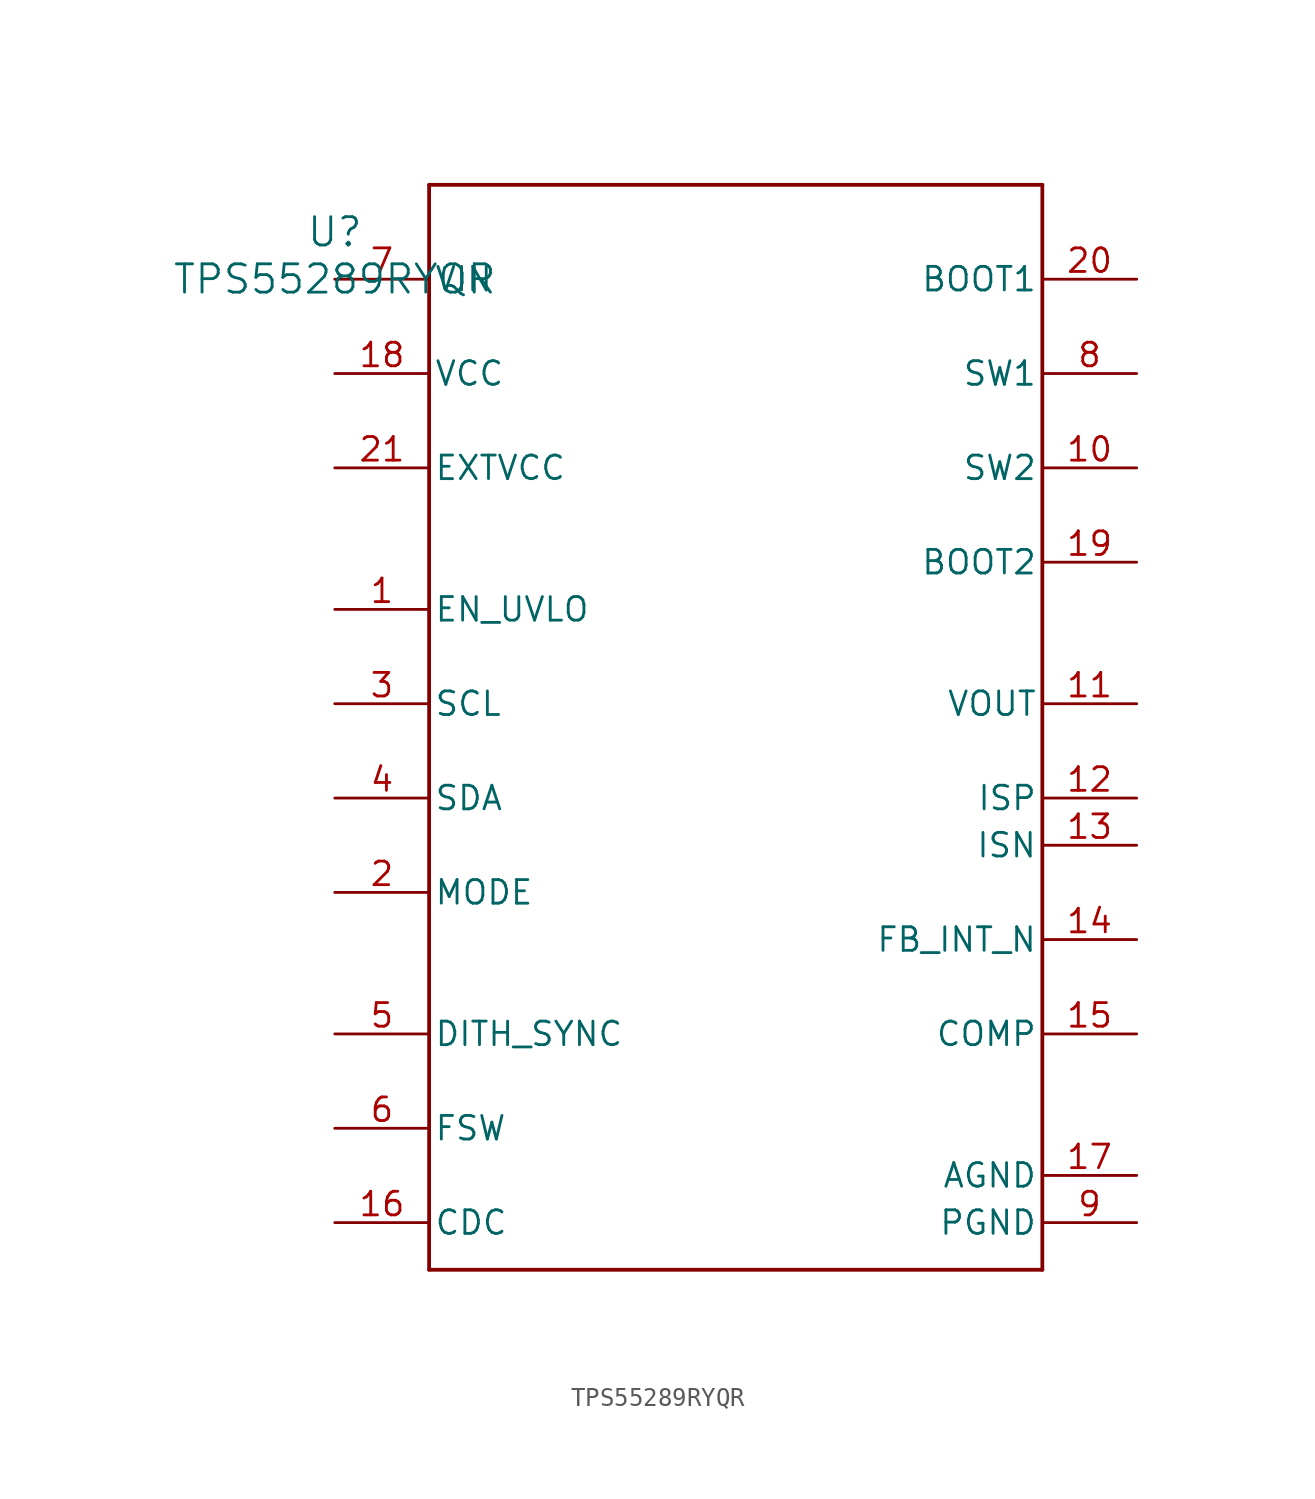
<source format=kicad_sym>
(kicad_symbol_lib
  (version 20211014)
  (generator kicad_symbol_editor)
  (symbol "TPS55289RYQR"
    (pin_names
      (offset 0.254))
    (property "Reference" "U"
      (at 0 2.54 0)
      (effects (font (size 1.524 1.524))))
    (property "Value" "TPS55289RYQR"
      (at 0 0 0)
      (effects (font (size 1.524 1.524))))
    (symbol "TPS55289RYQR_0_1"
      (polyline (pts (xy 5.08 -53.34) (xy 38.1 -53.34)) (stroke (width 0.203) (type default) (color 0 0 0 0)) (fill (type none)))
      (polyline (pts (xy 38.1 -53.34) (xy 38.1 5.08)) (stroke (width 0.203) (type default) (color 0 0 0 0)) (fill (type none)))
      (polyline (pts (xy 38.1 5.08) (xy 5.08 5.08)) (stroke (width 0.203) (type default) (color 0 0 0 0)) (fill (type none)))
      (polyline (pts (xy 5.08 5.08) (xy 5.08 -53.34)) (stroke (width 0.203) (type default) (color 0 0 0 0)) (fill (type none)))
      (pin unspecified line (at 0 -17.78 0) (length 5.08) (name "EN_UVLO" (effects (font (size 1.27 1.27)))) (number "1" (effects (font (size 1.27 1.27)))))
      (pin unspecified line (at 0 -33.02 0) (length 5.08) (name "MODE" (effects (font (size 1.27 1.27)))) (number "2" (effects (font (size 1.27 1.27)))))
      (pin unspecified line (at 0 -22.86 0) (length 5.08) (name "SCL" (effects (font (size 1.27 1.27)))) (number "3" (effects (font (size 1.27 1.27)))))
      (pin unspecified line (at 0 -27.94 0) (length 5.08) (name "SDA" (effects (font (size 1.27 1.27)))) (number "4" (effects (font (size 1.27 1.27)))))
      (pin unspecified line (at 0 -40.64 0) (length 5.08) (name "DITH_SYNC" (effects (font (size 1.27 1.27)))) (number "5" (effects (font (size 1.27 1.27)))))
      (pin unspecified line (at 0 -45.72 0) (length 5.08) (name "FSW" (effects (font (size 1.27 1.27)))) (number "6" (effects (font (size 1.27 1.27)))))
      (pin unspecified line (at 0 0 0) (length 5.08) (name "VIN" (effects (font (size 1.27 1.27)))) (number "7" (effects (font (size 1.27 1.27)))))
      (pin unspecified line (at 43.18 -5.08 180) (length 5.08) (name "SW1" (effects (font (size 1.27 1.27)))) (number "8" (effects (font (size 1.27 1.27)))))
      (pin unspecified line (at 43.18 -50.8 180) (length 5.08) (name "PGND" (effects (font (size 1.27 1.27)))) (number "9" (effects (font (size 1.27 1.27)))))
      (pin unspecified line (at 43.18 -10.16 180) (length 5.08) (name "SW2" (effects (font (size 1.27 1.27)))) (number "10" (effects (font (size 1.27 1.27)))))
      (pin unspecified line (at 43.18 -22.86 180) (length 5.08) (name "VOUT" (effects (font (size 1.27 1.27)))) (number "11" (effects (font (size 1.27 1.27)))))
      (pin unspecified line (at 43.18 -27.94 180) (length 5.08) (name "ISP" (effects (font (size 1.27 1.27)))) (number "12" (effects (font (size 1.27 1.27)))))
      (pin unspecified line (at 43.18 -30.48 180) (length 5.08) (name "ISN" (effects (font (size 1.27 1.27)))) (number "13" (effects (font (size 1.27 1.27)))))
      (pin unspecified line (at 43.18 -35.56 180) (length 5.08) (name "FB_INT_N" (effects (font (size 1.27 1.27)))) (number "14" (effects (font (size 1.27 1.27)))))
      (pin unspecified line (at 43.18 -40.64 180) (length 5.08) (name "COMP" (effects (font (size 1.27 1.27)))) (number "15" (effects (font (size 1.27 1.27)))))
      (pin unspecified line (at 0 -50.8 0) (length 5.08) (name "CDC" (effects (font (size 1.27 1.27)))) (number "16" (effects (font (size 1.27 1.27)))))
      (pin unspecified line (at 43.18 -48.26 180) (length 5.08) (name "AGND" (effects (font (size 1.27 1.27)))) (number "17" (effects (font (size 1.27 1.27)))))
      (pin unspecified line (at 0 -5.08 0) (length 5.08) (name "VCC" (effects (font (size 1.27 1.27)))) (number "18" (effects (font (size 1.27 1.27)))))
      (pin unspecified line (at 43.18 -15.24 180) (length 5.08) (name "BOOT2" (effects (font (size 1.27 1.27)))) (number "19" (effects (font (size 1.27 1.27)))))
      (pin unspecified line (at 43.18 0 180) (length 5.08) (name "BOOT1" (effects (font (size 1.27 1.27)))) (number "20" (effects (font (size 1.27 1.27)))))
      (pin unspecified line (at 0 -10.16 0) (length 5.08) (name "EXTVCC" (effects (font (size 1.27 1.27)))) (number "21" (effects (font (size 1.27 1.27))))))))
</source>
